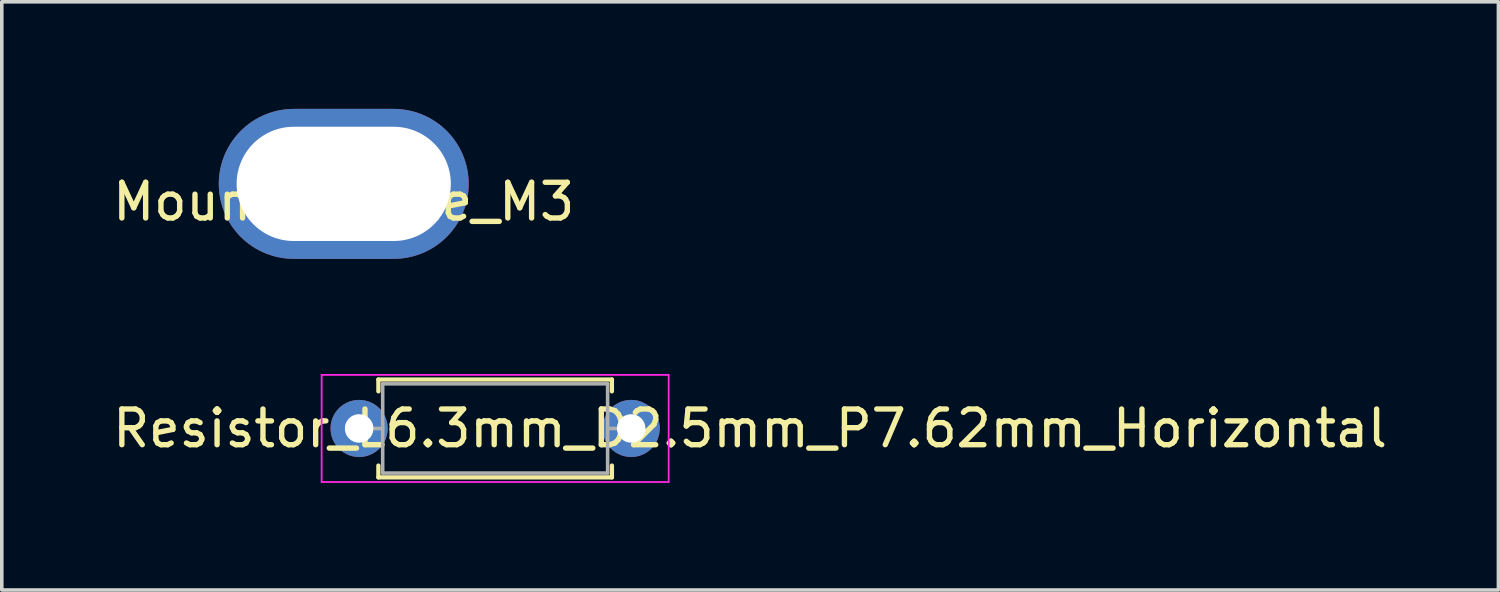
<source format=kicad_pcb>
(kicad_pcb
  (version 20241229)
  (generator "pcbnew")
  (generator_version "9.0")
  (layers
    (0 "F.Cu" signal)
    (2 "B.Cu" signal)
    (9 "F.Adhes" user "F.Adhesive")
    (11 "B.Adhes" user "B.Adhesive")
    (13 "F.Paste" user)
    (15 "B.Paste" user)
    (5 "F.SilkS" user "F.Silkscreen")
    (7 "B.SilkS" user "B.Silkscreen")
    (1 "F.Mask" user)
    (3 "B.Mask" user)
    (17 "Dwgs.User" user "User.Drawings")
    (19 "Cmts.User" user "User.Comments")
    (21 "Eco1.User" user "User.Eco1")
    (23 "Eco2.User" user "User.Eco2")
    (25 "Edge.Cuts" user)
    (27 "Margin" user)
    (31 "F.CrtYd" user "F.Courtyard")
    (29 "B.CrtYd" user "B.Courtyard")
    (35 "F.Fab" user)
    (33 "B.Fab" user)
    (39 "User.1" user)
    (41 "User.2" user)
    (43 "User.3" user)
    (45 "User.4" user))
  (footprint "MountingHole_M3"
    (layer "F.Cu")
    (at 6.577 2.1)
    (property "Reference" "MountingHole_M3" (at 0 0.5 0) (layer "F.SilkS") (effects (font (size 1 1) (thickness 0.15))))
    (attr through_hole)
    (pad "1" thru_hole oval (at 0 0) (size 7 4.2) (drill oval 6 3.2) (layers "*.Cu" "*.Mask")))
  (footprint "Resistor_L6.3mm_D2.5mm_P7.62mm_Horizontal"
    (layer "F.Cu")
    (at 5.958 7.45)
    (property "Reference" "Resistor_L6.3mm_D2.5mm_P7.62mm_Horizontal" (at 12 1.5 0) (layer "F.SilkS") (effects (font (size 1 1) (thickness 0.15))))
    (attr through_hole)
    (fp_line (start 1.59 0.13) (end 8.13 0.13) (stroke (width 0.12) (type solid)) (layer "F.SilkS"))
    (fp_line (start 1.59 0.46) (end 1.59 0.13) (stroke (width 0.12) (type solid)) (layer "F.SilkS"))
    (fp_line (start 1.59 2.54) (end 1.59 2.87) (stroke (width 0.12) (type solid)) (layer "F.SilkS"))
    (fp_line (start 1.59 2.87) (end 8.13 2.87) (stroke (width 0.12) (type solid)) (layer "F.SilkS"))
    (fp_line (start 8.13 0.13) (end 8.13 0.46) (stroke (width 0.12) (type solid)) (layer "F.SilkS"))
    (fp_line (start 8.13 2.87) (end 8.13 2.54) (stroke (width 0.12) (type solid)) (layer "F.SilkS"))
    (fp_line (start 0 0) (end 0 3) (stroke (width 0.05) (type solid)) (layer "F.CrtYd"))
    (fp_line (start 0 3) (end 9.72 3) (stroke (width 0.05) (type solid)) (layer "F.CrtYd"))
    (fp_line (start 9.72 0) (end 0 0) (stroke (width 0.05) (type solid)) (layer "F.CrtYd"))
    (fp_line (start 9.72 3) (end 9.72 0) (stroke (width 0.05) (type solid)) (layer "F.CrtYd"))
    (fp_line (start 1.05 1.5) (end 1.71 1.5) (stroke (width 0.1) (type solid)) (layer "F.Fab"))
    (fp_line (start 1.71 0.25) (end 1.71 2.75) (stroke (width 0.1) (type solid)) (layer "F.Fab"))
    (fp_line (start 1.71 2.75) (end 8.01 2.75) (stroke (width 0.1) (type solid)) (layer "F.Fab"))
    (fp_line (start 8.01 0.25) (end 1.71 0.25) (stroke (width 0.1) (type solid)) (layer "F.Fab"))
    (fp_line (start 8.01 2.75) (end 8.01 0.25) (stroke (width 0.1) (type solid)) (layer "F.Fab"))
    (fp_line (start 8.67 1.5) (end 8.01 1.5) (stroke (width 0.1) (type solid)) (layer "F.Fab"))
    (pad "1" thru_hole circle (at 1.05 1.5) (size 1.6 1.6) (drill 0.8) (layers "*.Cu" "*.Mask"))
    (pad "2" thru_hole oval (at 8.67 1.5) (size 1.6 1.6) (drill 0.8) (layers "*.Cu" "*.Mask")))
  (gr_rect
    (start -3 -3)
    (end 38.917 13.475)
    (stroke (width 0.1) (type default))
    (fill no)
    (layer "Edge.Cuts")))
</source>
